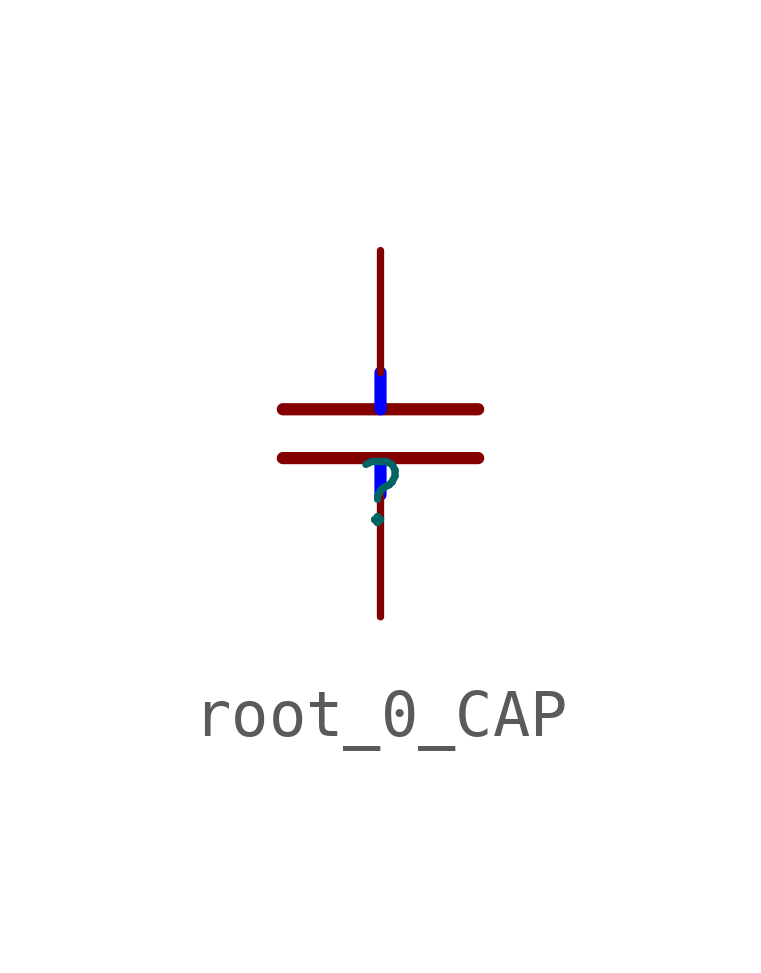
<source format=kicad_sym>
(kicad_symbol_lib
  (version 20220914)
  (generator kicad_symbol_editor)
  (symbol "root_0_CAP"
    (property "Reference" ""
      (at 0 0 0)
      (effects (font (size 1.27 1.27))))
    (property "Value" ""
      (at 0 0 0)
      (effects (font (size 1.27 1.27))))
    (symbol "root_0_CAP_1_0"
      (polyline (pts (xy -2.032 1.778) (xy 2.032 1.778)) (stroke (width 0.254) (type solid)) (fill (type none)))
      (polyline (pts (xy 0 0) (xy 0 0.762)) (stroke (width 0.254) (type solid) (color 0 0 255 1)) (fill (type none)))
      (polyline (pts (xy 0 2.54) (xy 0 1.778)) (stroke (width 0.254) (type solid) (color 0 0 255 1)) (fill (type none)))
      (polyline (pts (xy 2.032 0.762) (xy -2.032 0.762)) (stroke (width 0.254) (type solid)) (fill (type none)))
      (pin passive line (at 0 5.08 270) (length 2.54) (name "1" (effects (font (size 0 0)))) (number "1" (effects (font (size 0 0)))))
      (pin passive line (at 0 -2.54 90) (length 2.54) (name "2" (effects (font (size 0 0)))) (number "2" (effects (font (size 0 0))))))))
</source>
